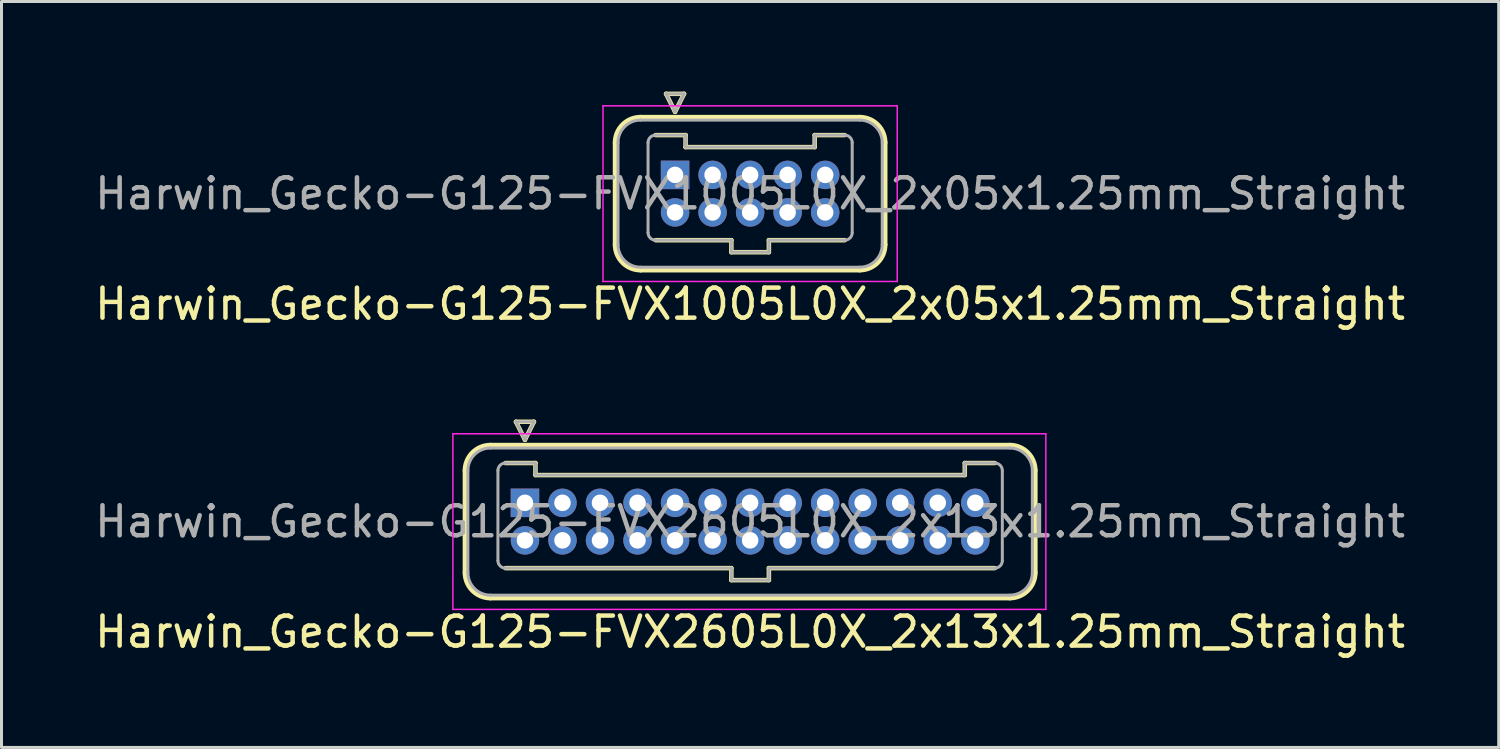
<source format=kicad_pcb>
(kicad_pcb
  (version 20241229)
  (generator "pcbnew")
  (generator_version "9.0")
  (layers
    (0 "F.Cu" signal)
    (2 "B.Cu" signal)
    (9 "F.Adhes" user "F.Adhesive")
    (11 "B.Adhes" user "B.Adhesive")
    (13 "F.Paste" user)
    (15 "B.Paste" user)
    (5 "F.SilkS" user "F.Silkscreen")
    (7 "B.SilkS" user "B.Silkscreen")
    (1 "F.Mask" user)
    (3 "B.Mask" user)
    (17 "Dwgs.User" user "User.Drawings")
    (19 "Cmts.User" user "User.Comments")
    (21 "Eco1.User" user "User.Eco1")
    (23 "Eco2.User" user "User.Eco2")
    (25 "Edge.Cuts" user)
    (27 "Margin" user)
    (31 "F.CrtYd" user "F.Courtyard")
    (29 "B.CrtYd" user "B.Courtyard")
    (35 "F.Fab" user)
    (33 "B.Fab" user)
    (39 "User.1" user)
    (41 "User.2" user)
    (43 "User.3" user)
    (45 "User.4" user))
  (footprint "Harwin_Gecko-G125-FVX2605L0X_2x13x1.25mm_Straight"
    (layer "F.Cu")
    (at 14.435 13.698)
    (property "Reference" "Harwin_Gecko-G125-FVX2605L0X_2x13x1.25mm_Straight" (at 7.5 4.3 0) (layer "F.SilkS") (effects (font (size 1 1) (thickness 0.15))))
    (attr through_hole)
    (fp_line (start -2 -1.075) (end -2 2.325) (stroke (width 0.15) (type solid)) (layer "F.SilkS"))
    (fp_line (start -1.15 -1.925) (end 16.15 -1.925) (stroke (width 0.15) (type solid)) (layer "F.SilkS"))
    (fp_line (start -1.15 3.175) (end 16.15 3.175) (stroke (width 0.15) (type solid)) (layer "F.SilkS"))
    (fp_line (start -0.65 -1.325) (end 0.35 -1.325) (stroke (width 0.15) (type solid)) (layer "F.SilkS"))
    (fp_line (start -0.65 2.175) (end 6.875 2.175) (stroke (width 0.15) (type solid)) (layer "F.SilkS"))
    (fp_line (start -0.3 -2.7) (end 0.3 -2.7) (stroke (width 0.15) (type solid)) (layer "F.SilkS"))
    (fp_line (start 0 -2.1) (end -0.3 -2.7) (stroke (width 0.15) (type solid)) (layer "F.SilkS"))
    (fp_line (start 0.3 -2.7) (end 0 -2.1) (stroke (width 0.15) (type solid)) (layer "F.SilkS"))
    (fp_line (start 0.35 -1.325) (end 0.35 -0.925) (stroke (width 0.15) (type solid)) (layer "F.SilkS"))
    (fp_line (start 0.35 -0.925) (end 14.65 -0.925) (stroke (width 0.15) (type solid)) (layer "F.SilkS"))
    (fp_line (start 6.875 2.175) (end 6.875 2.575) (stroke (width 0.15) (type solid)) (layer "F.SilkS"))
    (fp_line (start 6.875 2.575) (end 8.125 2.575) (stroke (width 0.15) (type solid)) (layer "F.SilkS"))
    (fp_line (start 8.125 2.175) (end 15.65 2.175) (stroke (width 0.15) (type solid)) (layer "F.SilkS"))
    (fp_line (start 8.125 2.575) (end 8.125 2.175) (stroke (width 0.15) (type solid)) (layer "F.SilkS"))
    (fp_line (start 14.65 -1.325) (end 15.65 -1.325) (stroke (width 0.15) (type solid)) (layer "F.SilkS"))
    (fp_line (start 14.65 -0.925) (end 14.65 -1.325) (stroke (width 0.15) (type solid)) (layer "F.SilkS"))
    (fp_line (start 17 -1.075) (end 17 2.325) (stroke (width 0.15) (type solid)) (layer "F.SilkS"))
    (fp_arc (start -2 -1.075) (mid -1.751041 -1.676041) (end -1.15 -1.925) (stroke (width 0.15) (type solid)) (layer "F.SilkS"))
    (fp_arc (start -1.15 3.175) (mid -1.751041 2.926041) (end -2 2.325) (stroke (width 0.15) (type solid)) (layer "F.SilkS"))
    (fp_arc (start 16.15 -1.925) (mid 16.751041 -1.676041) (end 17 -1.075) (stroke (width 0.15) (type solid)) (layer "F.SilkS"))
    (fp_arc (start 17 2.325) (mid 16.751041 2.926041) (end 16.15 3.175) (stroke (width 0.15) (type solid)) (layer "F.SilkS"))
    (fp_line (start -2.4 -2.3) (end -2.4 3.55) (stroke (width 0.05) (type solid)) (layer "F.CrtYd"))
    (fp_line (start -2.4 3.55) (end 17.35 3.55) (stroke (width 0.05) (type solid)) (layer "F.CrtYd"))
    (fp_line (start 17.35 -2.3) (end -2.4 -2.3) (stroke (width 0.05) (type solid)) (layer "F.CrtYd"))
    (fp_line (start 17.35 3.55) (end 17.35 -2.3) (stroke (width 0.05) (type solid)) (layer "F.CrtYd"))
    (fp_line (start -1.9 -1.075) (end -1.9 2.325) (stroke (width 0.1) (type solid)) (layer "F.Fab"))
    (fp_line (start -1.15 -1.825) (end 16.15 -1.825) (stroke (width 0.1) (type solid)) (layer "F.Fab"))
    (fp_line (start -1.15 3.075) (end 16.15 3.075) (stroke (width 0.1) (type solid)) (layer "F.Fab"))
    (fp_line (start -0.9 -1.075) (end -0.9 1.925) (stroke (width 0.1) (type solid)) (layer "F.Fab"))
    (fp_line (start -0.65 -1.325) (end 0.35 -1.325) (stroke (width 0.1) (type solid)) (layer "F.Fab"))
    (fp_line (start -0.65 2.175) (end 6.875 2.175) (stroke (width 0.1) (type solid)) (layer "F.Fab"))
    (fp_line (start -0.3 -2.7) (end 0.3 -2.7) (stroke (width 0.1) (type solid)) (layer "F.Fab"))
    (fp_line (start 0 -2.1) (end -0.3 -2.7) (stroke (width 0.1) (type solid)) (layer "F.Fab"))
    (fp_line (start 0.3 -2.7) (end 0 -2.1) (stroke (width 0.1) (type solid)) (layer "F.Fab"))
    (fp_line (start 0.35 -1.325) (end 0.35 -0.925) (stroke (width 0.1) (type solid)) (layer "F.Fab"))
    (fp_line (start 0.35 -0.925) (end 14.65 -0.925) (stroke (width 0.1) (type solid)) (layer "F.Fab"))
    (fp_line (start 6.875 2.175) (end 6.875 2.575) (stroke (width 0.1) (type solid)) (layer "F.Fab"))
    (fp_line (start 6.875 2.575) (end 8.125 2.575) (stroke (width 0.1) (type solid)) (layer "F.Fab"))
    (fp_line (start 8.125 2.175) (end 15.65 2.175) (stroke (width 0.1) (type solid)) (layer "F.Fab"))
    (fp_line (start 8.125 2.575) (end 8.125 2.175) (stroke (width 0.1) (type solid)) (layer "F.Fab"))
    (fp_line (start 14.65 -1.325) (end 15.65 -1.325) (stroke (width 0.1) (type solid)) (layer "F.Fab"))
    (fp_line (start 14.65 -0.925) (end 14.65 -1.325) (stroke (width 0.1) (type solid)) (layer "F.Fab"))
    (fp_line (start 15.9 -1.075) (end 15.9 1.925) (stroke (width 0.1) (type solid)) (layer "F.Fab"))
    (fp_line (start 16.9 -1.075) (end 16.9 2.325) (stroke (width 0.1) (type solid)) (layer "F.Fab"))
    (fp_arc (start -1.9 -1.075) (mid -1.68033 -1.60533) (end -1.15 -1.825) (stroke (width 0.1) (type solid)) (layer "F.Fab"))
    (fp_arc (start -1.15 3.075) (mid -1.68033 2.85533) (end -1.9 2.325) (stroke (width 0.1) (type solid)) (layer "F.Fab"))
    (fp_arc (start -0.9 -1.075) (mid -0.826777 -1.251777) (end -0.65 -1.325) (stroke (width 0.1) (type solid)) (layer "F.Fab"))
    (fp_arc (start -0.65 2.175) (mid -0.826777 2.101777) (end -0.9 1.925) (stroke (width 0.1) (type solid)) (layer "F.Fab"))
    (fp_arc (start 15.65 -1.325) (mid 15.826777 -1.251777) (end 15.9 -1.075) (stroke (width 0.1) (type solid)) (layer "F.Fab"))
    (fp_arc (start 15.9 1.925) (mid 15.826777 2.101777) (end 15.65 2.175) (stroke (width 0.1) (type solid)) (layer "F.Fab"))
    (fp_arc (start 16.15 -1.825) (mid 16.68033 -1.60533) (end 16.9 -1.075) (stroke (width 0.1) (type solid)) (layer "F.Fab"))
    (fp_arc (start 16.9 2.325) (mid 16.68033 2.85533) (end 16.15 3.075) (stroke (width 0.1) (type solid)) (layer "F.Fab"))
    (fp_text user "${REFERENCE}" (at 7.5 0.625 0) (layer "F.Fab") (effects (font (size 1 1) (thickness 0.15))))
    (pad "1" thru_hole rect (at 0 0) (size 0.95 0.95) (drill 0.55) (layers "*.Cu" "*.Mask"))
    (pad "2" thru_hole circle (at 1.25 0) (size 0.95 0.95) (drill 0.55) (layers "*.Cu" "*.Mask"))
    (pad "3" thru_hole circle (at 2.5 0) (size 0.95 0.95) (drill 0.55) (layers "*.Cu" "*.Mask"))
    (pad "4" thru_hole circle (at 3.75 0) (size 0.95 0.95) (drill 0.55) (layers "*.Cu" "*.Mask"))
    (pad "5" thru_hole circle (at 5 0) (size 0.95 0.95) (drill 0.55) (layers "*.Cu" "*.Mask"))
    (pad "6" thru_hole circle (at 6.25 0) (size 0.95 0.95) (drill 0.55) (layers "*.Cu" "*.Mask"))
    (pad "7" thru_hole circle (at 7.5 0) (size 0.95 0.95) (drill 0.55) (layers "*.Cu" "*.Mask"))
    (pad "8" thru_hole circle (at 8.75 0) (size 0.95 0.95) (drill 0.55) (layers "*.Cu" "*.Mask"))
    (pad "9" thru_hole circle (at 10 0) (size 0.95 0.95) (drill 0.55) (layers "*.Cu" "*.Mask"))
    (pad "10" thru_hole circle (at 11.25 0) (size 0.95 0.95) (drill 0.55) (layers "*.Cu" "*.Mask"))
    (pad "11" thru_hole circle (at 12.5 0) (size 0.95 0.95) (drill 0.55) (layers "*.Cu" "*.Mask"))
    (pad "12" thru_hole circle (at 13.75 0) (size 0.95 0.95) (drill 0.55) (layers "*.Cu" "*.Mask"))
    (pad "13" thru_hole circle (at 15 0) (size 0.95 0.95) (drill 0.55) (layers "*.Cu" "*.Mask"))
    (pad "14" thru_hole circle (at 0 1.25) (size 0.95 0.95) (drill 0.55) (layers "*.Cu" "*.Mask"))
    (pad "15" thru_hole circle (at 1.25 1.25) (size 0.95 0.95) (drill 0.55) (layers "*.Cu" "*.Mask"))
    (pad "16" thru_hole circle (at 2.5 1.25) (size 0.95 0.95) (drill 0.55) (layers "*.Cu" "*.Mask"))
    (pad "17" thru_hole circle (at 3.75 1.25) (size 0.95 0.95) (drill 0.55) (layers "*.Cu" "*.Mask"))
    (pad "18" thru_hole circle (at 5 1.25) (size 0.95 0.95) (drill 0.55) (layers "*.Cu" "*.Mask"))
    (pad "19" thru_hole circle (at 6.25 1.25) (size 0.95 0.95) (drill 0.55) (layers "*.Cu" "*.Mask"))
    (pad "20" thru_hole circle (at 7.5 1.25) (size 0.95 0.95) (drill 0.55) (layers "*.Cu" "*.Mask"))
    (pad "21" thru_hole circle (at 8.75 1.25) (size 0.95 0.95) (drill 0.55) (layers "*.Cu" "*.Mask"))
    (pad "22" thru_hole circle (at 10 1.25) (size 0.95 0.95) (drill 0.55) (layers "*.Cu" "*.Mask"))
    (pad "23" thru_hole circle (at 11.25 1.25) (size 0.95 0.95) (drill 0.55) (layers "*.Cu" "*.Mask"))
    (pad "24" thru_hole circle (at 12.5 1.25) (size 0.95 0.95) (drill 0.55) (layers "*.Cu" "*.Mask"))
    (pad "25" thru_hole circle (at 13.75 1.25) (size 0.95 0.95) (drill 0.55) (layers "*.Cu" "*.Mask"))
    (pad "26" thru_hole circle (at 15 1.25) (size 0.95 0.95) (drill 0.55) (layers "*.Cu" "*.Mask")))
  (footprint "Harwin_Gecko-G125-FVX1005L0X_2x05x1.25mm_Straight"
    (layer "F.Cu")
    (at 19.435 2.775)
    (property "Reference" "Harwin_Gecko-G125-FVX1005L0X_2x05x1.25mm_Straight" (at 2.5 4.3 0) (layer "F.SilkS") (effects (font (size 1 1) (thickness 0.15))))
    (attr through_hole)
    (fp_line (start -2 -1.075) (end -2 2.325) (stroke (width 0.15) (type solid)) (layer "F.SilkS"))
    (fp_line (start -1.15 -1.925) (end 6.15 -1.925) (stroke (width 0.15) (type solid)) (layer "F.SilkS"))
    (fp_line (start -1.15 3.175) (end 6.15 3.175) (stroke (width 0.15) (type solid)) (layer "F.SilkS"))
    (fp_line (start -0.65 -1.325) (end 0.35 -1.325) (stroke (width 0.15) (type solid)) (layer "F.SilkS"))
    (fp_line (start -0.65 2.175) (end 1.875 2.175) (stroke (width 0.15) (type solid)) (layer "F.SilkS"))
    (fp_line (start -0.3 -2.7) (end 0.3 -2.7) (stroke (width 0.15) (type solid)) (layer "F.SilkS"))
    (fp_line (start 0 -2.1) (end -0.3 -2.7) (stroke (width 0.15) (type solid)) (layer "F.SilkS"))
    (fp_line (start 0.3 -2.7) (end 0 -2.1) (stroke (width 0.15) (type solid)) (layer "F.SilkS"))
    (fp_line (start 0.35 -1.325) (end 0.35 -0.925) (stroke (width 0.15) (type solid)) (layer "F.SilkS"))
    (fp_line (start 0.35 -0.925) (end 4.65 -0.925) (stroke (width 0.15) (type solid)) (layer "F.SilkS"))
    (fp_line (start 1.875 2.175) (end 1.875 2.575) (stroke (width 0.15) (type solid)) (layer "F.SilkS"))
    (fp_line (start 1.875 2.575) (end 3.125 2.575) (stroke (width 0.15) (type solid)) (layer "F.SilkS"))
    (fp_line (start 3.125 2.175) (end 5.65 2.175) (stroke (width 0.15) (type solid)) (layer "F.SilkS"))
    (fp_line (start 3.125 2.575) (end 3.125 2.175) (stroke (width 0.15) (type solid)) (layer "F.SilkS"))
    (fp_line (start 4.65 -1.325) (end 5.65 -1.325) (stroke (width 0.15) (type solid)) (layer "F.SilkS"))
    (fp_line (start 4.65 -0.925) (end 4.65 -1.325) (stroke (width 0.15) (type solid)) (layer "F.SilkS"))
    (fp_line (start 7 -1.075) (end 7 2.325) (stroke (width 0.15) (type solid)) (layer "F.SilkS"))
    (fp_arc (start -2 -1.075) (mid -1.751041 -1.676041) (end -1.15 -1.925) (stroke (width 0.15) (type solid)) (layer "F.SilkS"))
    (fp_arc (start -1.15 3.175) (mid -1.751041 2.926041) (end -2 2.325) (stroke (width 0.15) (type solid)) (layer "F.SilkS"))
    (fp_arc (start 6.15 -1.925) (mid 6.751041 -1.676041) (end 7 -1.075) (stroke (width 0.15) (type solid)) (layer "F.SilkS"))
    (fp_arc (start 7 2.325) (mid 6.751041 2.926041) (end 6.15 3.175) (stroke (width 0.15) (type solid)) (layer "F.SilkS"))
    (fp_line (start -2.4 -2.3) (end -2.4 3.55) (stroke (width 0.05) (type solid)) (layer "F.CrtYd"))
    (fp_line (start -2.4 3.55) (end 7.4 3.55) (stroke (width 0.05) (type solid)) (layer "F.CrtYd"))
    (fp_line (start 7.4 -2.3) (end -2.4 -2.3) (stroke (width 0.05) (type solid)) (layer "F.CrtYd"))
    (fp_line (start 7.4 3.55) (end 7.4 -2.3) (stroke (width 0.05) (type solid)) (layer "F.CrtYd"))
    (fp_line (start -1.9 -1.075) (end -1.9 2.325) (stroke (width 0.1) (type solid)) (layer "F.Fab"))
    (fp_line (start -1.15 -1.825) (end 6.15 -1.825) (stroke (width 0.1) (type solid)) (layer "F.Fab"))
    (fp_line (start -1.15 3.075) (end 6.15 3.075) (stroke (width 0.1) (type solid)) (layer "F.Fab"))
    (fp_line (start -0.9 -1.075) (end -0.9 1.925) (stroke (width 0.1) (type solid)) (layer "F.Fab"))
    (fp_line (start -0.65 -1.325) (end 0.35 -1.325) (stroke (width 0.1) (type solid)) (layer "F.Fab"))
    (fp_line (start -0.65 2.175) (end 1.875 2.175) (stroke (width 0.1) (type solid)) (layer "F.Fab"))
    (fp_line (start -0.3 -2.7) (end 0.3 -2.7) (stroke (width 0.1) (type solid)) (layer "F.Fab"))
    (fp_line (start 0 -2.1) (end -0.3 -2.7) (stroke (width 0.1) (type solid)) (layer "F.Fab"))
    (fp_line (start 0.3 -2.7) (end 0 -2.1) (stroke (width 0.1) (type solid)) (layer "F.Fab"))
    (fp_line (start 0.35 -1.325) (end 0.35 -0.925) (stroke (width 0.1) (type solid)) (layer "F.Fab"))
    (fp_line (start 0.35 -0.925) (end 4.65 -0.925) (stroke (width 0.1) (type solid)) (layer "F.Fab"))
    (fp_line (start 1.875 2.175) (end 1.875 2.575) (stroke (width 0.1) (type solid)) (layer "F.Fab"))
    (fp_line (start 1.875 2.575) (end 3.125 2.575) (stroke (width 0.1) (type solid)) (layer "F.Fab"))
    (fp_line (start 3.125 2.175) (end 5.65 2.175) (stroke (width 0.1) (type solid)) (layer "F.Fab"))
    (fp_line (start 3.125 2.575) (end 3.125 2.175) (stroke (width 0.1) (type solid)) (layer "F.Fab"))
    (fp_line (start 4.65 -1.325) (end 5.65 -1.325) (stroke (width 0.1) (type solid)) (layer "F.Fab"))
    (fp_line (start 4.65 -0.925) (end 4.65 -1.325) (stroke (width 0.1) (type solid)) (layer "F.Fab"))
    (fp_line (start 5.9 -1.075) (end 5.9 1.925) (stroke (width 0.1) (type solid)) (layer "F.Fab"))
    (fp_line (start 6.9 -1.075) (end 6.9 2.325) (stroke (width 0.1) (type solid)) (layer "F.Fab"))
    (fp_arc (start -1.9 -1.075) (mid -1.68033 -1.60533) (end -1.15 -1.825) (stroke (width 0.1) (type solid)) (layer "F.Fab"))
    (fp_arc (start -1.15 3.075) (mid -1.68033 2.85533) (end -1.9 2.325) (stroke (width 0.1) (type solid)) (layer "F.Fab"))
    (fp_arc (start -0.9 -1.075) (mid -0.826777 -1.251777) (end -0.65 -1.325) (stroke (width 0.1) (type solid)) (layer "F.Fab"))
    (fp_arc (start -0.65 2.175) (mid -0.826777 2.101777) (end -0.9 1.925) (stroke (width 0.1) (type solid)) (layer "F.Fab"))
    (fp_arc (start 5.65 -1.325) (mid 5.826777 -1.251777) (end 5.9 -1.075) (stroke (width 0.1) (type solid)) (layer "F.Fab"))
    (fp_arc (start 5.9 1.925) (mid 5.826777 2.101777) (end 5.65 2.175) (stroke (width 0.1) (type solid)) (layer "F.Fab"))
    (fp_arc (start 6.15 -1.825) (mid 6.68033 -1.60533) (end 6.9 -1.075) (stroke (width 0.1) (type solid)) (layer "F.Fab"))
    (fp_arc (start 6.9 2.325) (mid 6.68033 2.85533) (end 6.15 3.075) (stroke (width 0.1) (type solid)) (layer "F.Fab"))
    (fp_text user "${REFERENCE}" (at 2.5 0.625 0) (layer "F.Fab") (effects (font (size 1 1) (thickness 0.15))))
    (pad "1" thru_hole rect (at 0 0) (size 0.95 0.95) (drill 0.55) (layers "*.Cu" "*.Mask"))
    (pad "2" thru_hole circle (at 1.25 0) (size 0.95 0.95) (drill 0.55) (layers "*.Cu" "*.Mask"))
    (pad "3" thru_hole circle (at 2.5 0) (size 0.95 0.95) (drill 0.55) (layers "*.Cu" "*.Mask"))
    (pad "4" thru_hole circle (at 3.75 0) (size 0.95 0.95) (drill 0.55) (layers "*.Cu" "*.Mask"))
    (pad "5" thru_hole circle (at 5 0) (size 0.95 0.95) (drill 0.55) (layers "*.Cu" "*.Mask"))
    (pad "6" thru_hole circle (at 0 1.25) (size 0.95 0.95) (drill 0.55) (layers "*.Cu" "*.Mask"))
    (pad "7" thru_hole circle (at 1.25 1.25) (size 0.95 0.95) (drill 0.55) (layers "*.Cu" "*.Mask"))
    (pad "8" thru_hole circle (at 2.5 1.25) (size 0.95 0.95) (drill 0.55) (layers "*.Cu" "*.Mask"))
    (pad "9" thru_hole circle (at 3.75 1.25) (size 0.95 0.95) (drill 0.55) (layers "*.Cu" "*.Mask"))
    (pad "10" thru_hole circle (at 5 1.25) (size 0.95 0.95) (drill 0.55) (layers "*.Cu" "*.Mask")))
  (gr_rect
    (start -3 -3)
    (end 46.869 21.846)
    (stroke (width 0.1) (type default))
    (fill no)
    (layer "Edge.Cuts")))
</source>
